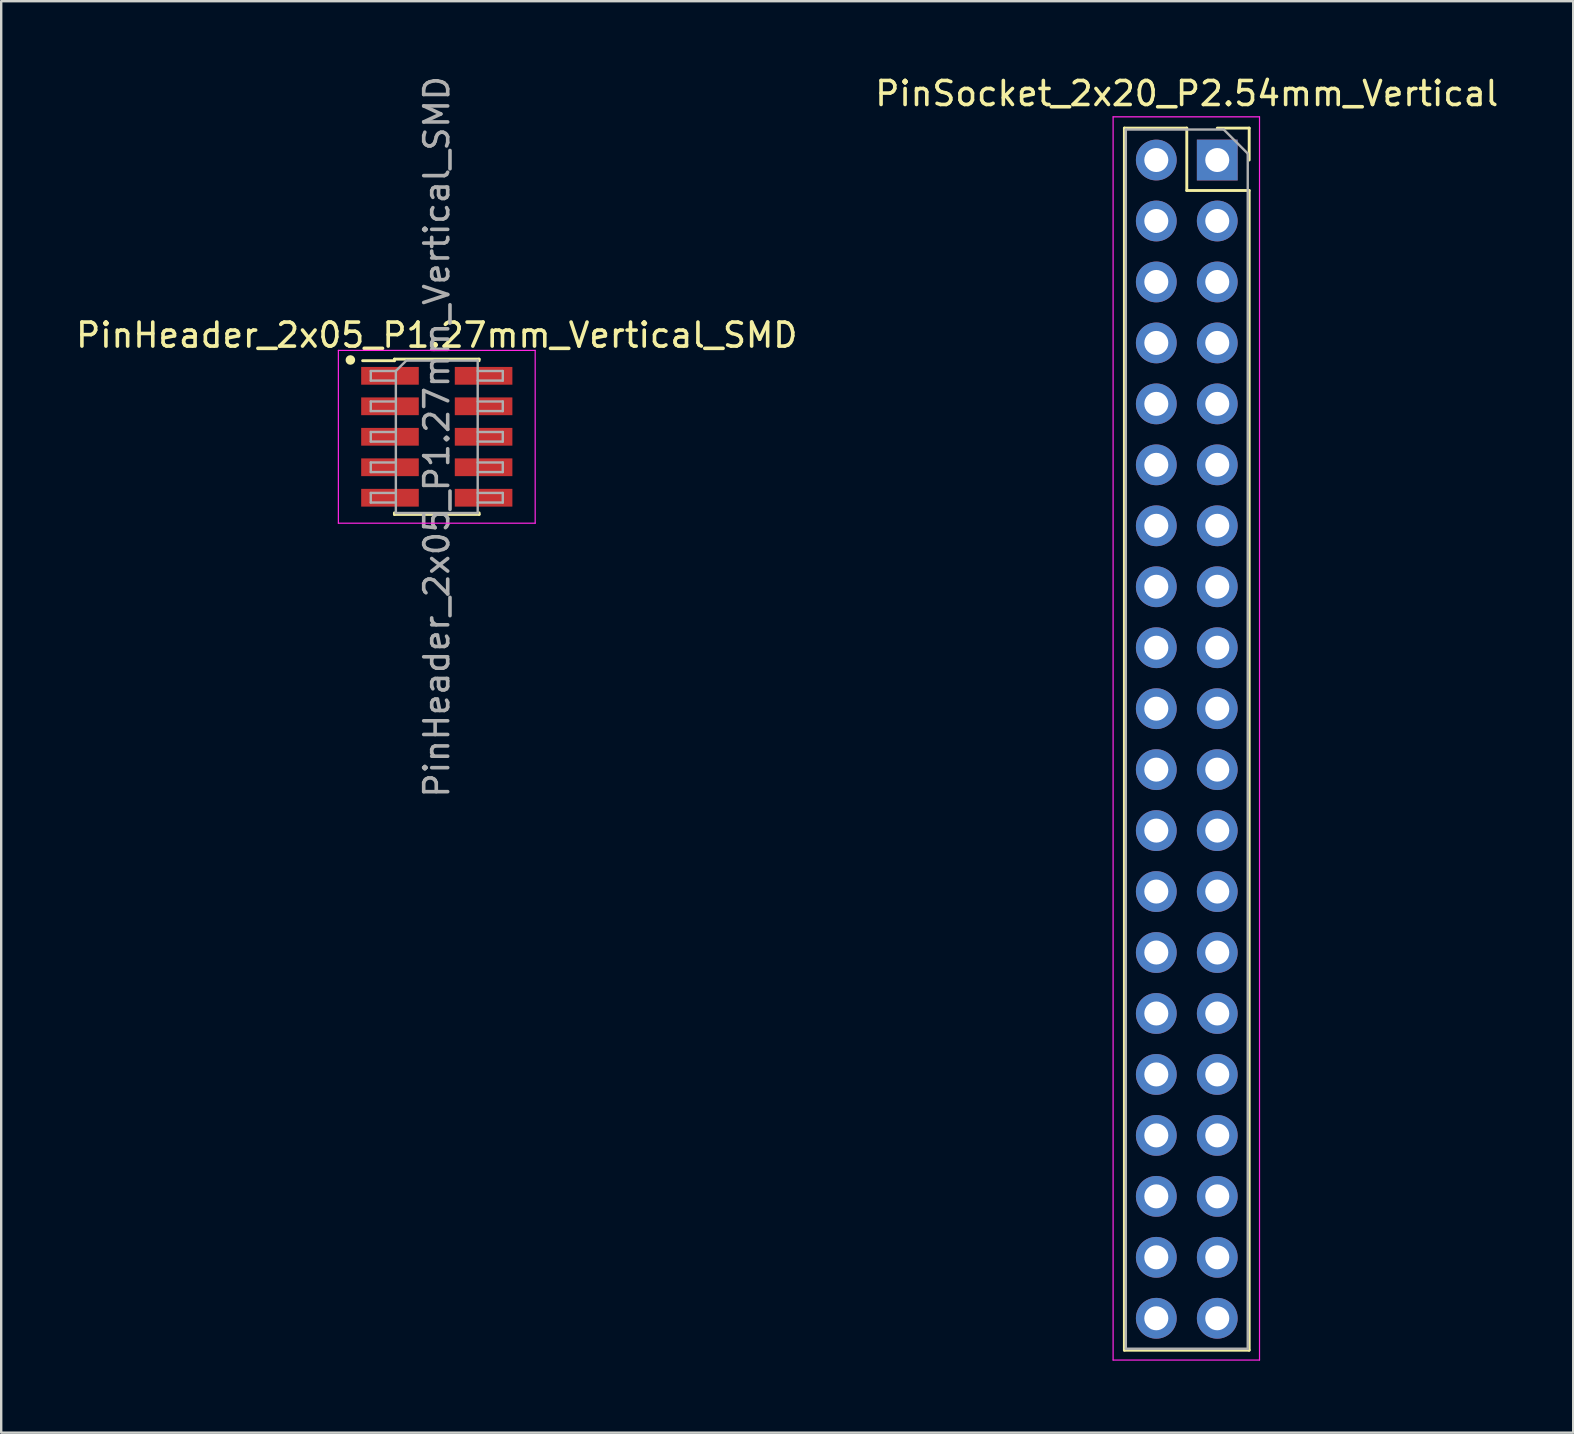
<source format=kicad_pcb>
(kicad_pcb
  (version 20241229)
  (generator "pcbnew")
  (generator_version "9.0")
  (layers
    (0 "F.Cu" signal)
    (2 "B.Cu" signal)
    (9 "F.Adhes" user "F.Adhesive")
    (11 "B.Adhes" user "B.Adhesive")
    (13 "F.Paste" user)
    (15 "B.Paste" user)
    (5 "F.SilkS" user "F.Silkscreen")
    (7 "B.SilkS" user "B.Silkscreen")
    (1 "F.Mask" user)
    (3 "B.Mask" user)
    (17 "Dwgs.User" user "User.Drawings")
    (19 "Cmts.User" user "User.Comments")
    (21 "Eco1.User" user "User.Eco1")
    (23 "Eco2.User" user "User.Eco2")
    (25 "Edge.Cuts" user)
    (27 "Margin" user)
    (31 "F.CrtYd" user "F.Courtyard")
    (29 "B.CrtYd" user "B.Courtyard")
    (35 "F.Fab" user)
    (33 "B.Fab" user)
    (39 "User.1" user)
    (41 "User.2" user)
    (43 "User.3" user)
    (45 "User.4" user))
  (footprint "PinSocket_2x20_P2.54mm_Vertical"
    (layer "F.Cu")
    (at 47.669 3.618)
    (property "Reference" "PinSocket_2x20_P2.54mm_Vertical" (at -1.27 -2.77 0) (layer "F.SilkS") (effects (font (size 1 1) (thickness 0.15))))
    (attr through_hole)
    (fp_line (start -3.87 -1.33) (end -3.87 49.59) (stroke (width 0.12) (type solid)) (layer "F.SilkS"))
    (fp_line (start -3.87 -1.33) (end -1.27 -1.33) (stroke (width 0.12) (type solid)) (layer "F.SilkS"))
    (fp_line (start -3.87 49.59) (end 1.33 49.59) (stroke (width 0.12) (type solid)) (layer "F.SilkS"))
    (fp_line (start -1.27 -1.33) (end -1.27 1.27) (stroke (width 0.12) (type solid)) (layer "F.SilkS"))
    (fp_line (start -1.27 1.27) (end 1.33 1.27) (stroke (width 0.12) (type solid)) (layer "F.SilkS"))
    (fp_line (start 0 -1.33) (end 1.33 -1.33) (stroke (width 0.12) (type solid)) (layer "F.SilkS"))
    (fp_line (start 1.33 -1.33) (end 1.33 0) (stroke (width 0.12) (type solid)) (layer "F.SilkS"))
    (fp_line (start 1.33 1.27) (end 1.33 49.59) (stroke (width 0.12) (type solid)) (layer "F.SilkS"))
    (fp_line (start -4.34 -1.8) (end 1.76 -1.8) (stroke (width 0.05) (type solid)) (layer "F.CrtYd"))
    (fp_line (start -4.34 50) (end -4.34 -1.8) (stroke (width 0.05) (type solid)) (layer "F.CrtYd"))
    (fp_line (start 1.76 -1.8) (end 1.76 50) (stroke (width 0.05) (type solid)) (layer "F.CrtYd"))
    (fp_line (start 1.76 50) (end -4.34 50) (stroke (width 0.05) (type solid)) (layer "F.CrtYd"))
    (fp_line (start -3.81 -1.27) (end 0.27 -1.27) (stroke (width 0.1) (type solid)) (layer "F.Fab"))
    (fp_line (start -3.81 49.53) (end -3.81 -1.27) (stroke (width 0.1) (type solid)) (layer "F.Fab"))
    (fp_line (start 0.27 -1.27) (end 1.27 -0.27) (stroke (width 0.1) (type solid)) (layer "F.Fab"))
    (fp_line (start 1.27 -0.27) (end 1.27 49.53) (stroke (width 0.1) (type solid)) (layer "F.Fab"))
    (fp_line (start 1.27 49.53) (end -3.81 49.53) (stroke (width 0.1) (type solid)) (layer "F.Fab"))
    (pad "1" thru_hole rect (at 0 0) (size 1.7 1.7) (drill 1) (layers "*.Cu" "*.Mask"))
    (pad "2" thru_hole oval (at -2.54 0) (size 1.7 1.7) (drill 1) (layers "*.Cu" "*.Mask"))
    (pad "3" thru_hole oval (at 0 2.54) (size 1.7 1.7) (drill 1) (layers "*.Cu" "*.Mask"))
    (pad "4" thru_hole oval (at -2.54 2.54) (size 1.7 1.7) (drill 1) (layers "*.Cu" "*.Mask"))
    (pad "5" thru_hole oval (at 0 5.08) (size 1.7 1.7) (drill 1) (layers "*.Cu" "*.Mask"))
    (pad "6" thru_hole oval (at -2.54 5.08) (size 1.7 1.7) (drill 1) (layers "*.Cu" "*.Mask"))
    (pad "7" thru_hole oval (at 0 7.62) (size 1.7 1.7) (drill 1) (layers "*.Cu" "*.Mask"))
    (pad "8" thru_hole oval (at -2.54 7.62) (size 1.7 1.7) (drill 1) (layers "*.Cu" "*.Mask"))
    (pad "9" thru_hole oval (at 0 10.16) (size 1.7 1.7) (drill 1) (layers "*.Cu" "*.Mask"))
    (pad "10" thru_hole oval (at -2.54 10.16) (size 1.7 1.7) (drill 1) (layers "*.Cu" "*.Mask"))
    (pad "11" thru_hole oval (at 0 12.7) (size 1.7 1.7) (drill 1) (layers "*.Cu" "*.Mask"))
    (pad "12" thru_hole oval (at -2.54 12.7) (size 1.7 1.7) (drill 1) (layers "*.Cu" "*.Mask"))
    (pad "13" thru_hole oval (at 0 15.24) (size 1.7 1.7) (drill 1) (layers "*.Cu" "*.Mask"))
    (pad "14" thru_hole oval (at -2.54 15.24) (size 1.7 1.7) (drill 1) (layers "*.Cu" "*.Mask"))
    (pad "15" thru_hole oval (at 0 17.78) (size 1.7 1.7) (drill 1) (layers "*.Cu" "*.Mask"))
    (pad "16" thru_hole oval (at -2.54 17.78) (size 1.7 1.7) (drill 1) (layers "*.Cu" "*.Mask"))
    (pad "17" thru_hole oval (at 0 20.32) (size 1.7 1.7) (drill 1) (layers "*.Cu" "*.Mask"))
    (pad "18" thru_hole oval (at -2.54 20.32) (size 1.7 1.7) (drill 1) (layers "*.Cu" "*.Mask"))
    (pad "19" thru_hole oval (at 0 22.86) (size 1.7 1.7) (drill 1) (layers "*.Cu" "*.Mask"))
    (pad "20" thru_hole oval (at -2.54 22.86) (size 1.7 1.7) (drill 1) (layers "*.Cu" "*.Mask"))
    (pad "21" thru_hole oval (at 0 25.4) (size 1.7 1.7) (drill 1) (layers "*.Cu" "*.Mask"))
    (pad "22" thru_hole oval (at -2.54 25.4) (size 1.7 1.7) (drill 1) (layers "*.Cu" "*.Mask"))
    (pad "23" thru_hole oval (at 0 27.94) (size 1.7 1.7) (drill 1) (layers "*.Cu" "*.Mask"))
    (pad "24" thru_hole oval (at -2.54 27.94) (size 1.7 1.7) (drill 1) (layers "*.Cu" "*.Mask"))
    (pad "25" thru_hole oval (at 0 30.48) (size 1.7 1.7) (drill 1) (layers "*.Cu" "*.Mask"))
    (pad "26" thru_hole oval (at -2.54 30.48) (size 1.7 1.7) (drill 1) (layers "*.Cu" "*.Mask"))
    (pad "27" thru_hole oval (at 0 33.02) (size 1.7 1.7) (drill 1) (layers "*.Cu" "*.Mask"))
    (pad "28" thru_hole oval (at -2.54 33.02) (size 1.7 1.7) (drill 1) (layers "*.Cu" "*.Mask"))
    (pad "29" thru_hole oval (at 0 35.56) (size 1.7 1.7) (drill 1) (layers "*.Cu" "*.Mask"))
    (pad "30" thru_hole oval (at -2.54 35.56) (size 1.7 1.7) (drill 1) (layers "*.Cu" "*.Mask"))
    (pad "31" thru_hole oval (at 0 38.1) (size 1.7 1.7) (drill 1) (layers "*.Cu" "*.Mask"))
    (pad "32" thru_hole oval (at -2.54 38.1) (size 1.7 1.7) (drill 1) (layers "*.Cu" "*.Mask"))
    (pad "33" thru_hole oval (at 0 40.64) (size 1.7 1.7) (drill 1) (layers "*.Cu" "*.Mask"))
    (pad "34" thru_hole oval (at -2.54 40.64) (size 1.7 1.7) (drill 1) (layers "*.Cu" "*.Mask"))
    (pad "35" thru_hole oval (at 0 43.18) (size 1.7 1.7) (drill 1) (layers "*.Cu" "*.Mask"))
    (pad "36" thru_hole oval (at -2.54 43.18) (size 1.7 1.7) (drill 1) (layers "*.Cu" "*.Mask"))
    (pad "37" thru_hole oval (at 0 45.72) (size 1.7 1.7) (drill 1) (layers "*.Cu" "*.Mask"))
    (pad "38" thru_hole oval (at -2.54 45.72) (size 1.7 1.7) (drill 1) (layers "*.Cu" "*.Mask"))
    (pad "39" thru_hole oval (at 0 48.26) (size 1.7 1.7) (drill 1) (layers "*.Cu" "*.Mask"))
    (pad "40" thru_hole oval (at -2.54 48.26) (size 1.7 1.7) (drill 1) (layers "*.Cu" "*.Mask")))
  (footprint "PinHeader_2x05_P1.27mm_Vertical_SMD"
    (layer "F.Cu")
    (at 15.149 15.149)
    (property "Reference" "PinHeader_2x05_P1.27mm_Vertical_SMD" (at 0 -4.235 0) (layer "F.SilkS") (effects (font (size 1 1) (thickness 0.15))))
    (attr smd)
    (fp_line (start -3.09 -3.17) (end -1.765 -3.17) (stroke (width 0.12) (type solid)) (layer "F.SilkS"))
    (fp_line (start -1.765 -3.235) (end -1.765 -3.17) (stroke (width 0.12) (type solid)) (layer "F.SilkS"))
    (fp_line (start -1.765 -3.235) (end 1.765 -3.235) (stroke (width 0.12) (type solid)) (layer "F.SilkS"))
    (fp_line (start -1.765 3.17) (end -1.765 3.235) (stroke (width 0.12) (type solid)) (layer "F.SilkS"))
    (fp_line (start -1.765 3.235) (end 1.765 3.235) (stroke (width 0.12) (type solid)) (layer "F.SilkS"))
    (fp_line (start 1.765 -3.235) (end 1.765 -3.17) (stroke (width 0.12) (type solid)) (layer "F.SilkS"))
    (fp_line (start 1.765 3.17) (end 1.765 3.235) (stroke (width 0.12) (type solid)) (layer "F.SilkS"))
    (fp_circle (center -3.6 -3.2) (end -3.5 -3.2) (stroke (width 0.2) (type solid)) (fill no) (layer "F.SilkS"))
    (fp_line (start -4.1 -3.6) (end -4.1 3.6) (stroke (width 0.05) (type solid)) (layer "F.CrtYd"))
    (fp_line (start -4.1 3.6) (end 4.1 3.6) (stroke (width 0.05) (type solid)) (layer "F.CrtYd"))
    (fp_line (start 4.1 -3.6) (end -4.1 -3.6) (stroke (width 0.05) (type solid)) (layer "F.CrtYd"))
    (fp_line (start 4.1 3.6) (end 4.1 -3.6) (stroke (width 0.05) (type solid)) (layer "F.CrtYd"))
    (fp_line (start -2.75 -2.74) (end -2.75 -2.34) (stroke (width 0.1) (type solid)) (layer "F.Fab"))
    (fp_line (start -2.75 -2.34) (end -1.705 -2.34) (stroke (width 0.1) (type solid)) (layer "F.Fab"))
    (fp_line (start -2.75 -1.47) (end -2.75 -1.07) (stroke (width 0.1) (type solid)) (layer "F.Fab"))
    (fp_line (start -2.75 -1.07) (end -1.705 -1.07) (stroke (width 0.1) (type solid)) (layer "F.Fab"))
    (fp_line (start -2.75 -0.2) (end -2.75 0.2) (stroke (width 0.1) (type solid)) (layer "F.Fab"))
    (fp_line (start -2.75 0.2) (end -1.705 0.2) (stroke (width 0.1) (type solid)) (layer "F.Fab"))
    (fp_line (start -2.75 1.07) (end -2.75 1.47) (stroke (width 0.1) (type solid)) (layer "F.Fab"))
    (fp_line (start -2.75 1.47) (end -1.705 1.47) (stroke (width 0.1) (type solid)) (layer "F.Fab"))
    (fp_line (start -2.75 2.34) (end -2.75 2.74) (stroke (width 0.1) (type solid)) (layer "F.Fab"))
    (fp_line (start -2.75 2.74) (end -1.705 2.74) (stroke (width 0.1) (type solid)) (layer "F.Fab"))
    (fp_line (start -1.705 -2.74) (end -2.75 -2.74) (stroke (width 0.1) (type solid)) (layer "F.Fab"))
    (fp_line (start -1.705 -2.74) (end -1.27 -3.175) (stroke (width 0.1) (type solid)) (layer "F.Fab"))
    (fp_line (start -1.705 -1.47) (end -2.75 -1.47) (stroke (width 0.1) (type solid)) (layer "F.Fab"))
    (fp_line (start -1.705 -0.2) (end -2.75 -0.2) (stroke (width 0.1) (type solid)) (layer "F.Fab"))
    (fp_line (start -1.705 1.07) (end -2.75 1.07) (stroke (width 0.1) (type solid)) (layer "F.Fab"))
    (fp_line (start -1.705 2.34) (end -2.75 2.34) (stroke (width 0.1) (type solid)) (layer "F.Fab"))
    (fp_line (start -1.705 3.175) (end -1.705 -2.74) (stroke (width 0.1) (type solid)) (layer "F.Fab"))
    (fp_line (start -1.27 -3.175) (end 1.705 -3.175) (stroke (width 0.1) (type solid)) (layer "F.Fab"))
    (fp_line (start 1.705 -3.175) (end 1.705 3.175) (stroke (width 0.1) (type solid)) (layer "F.Fab"))
    (fp_line (start 1.705 -2.74) (end 2.75 -2.74) (stroke (width 0.1) (type solid)) (layer "F.Fab"))
    (fp_line (start 1.705 -1.47) (end 2.75 -1.47) (stroke (width 0.1) (type solid)) (layer "F.Fab"))
    (fp_line (start 1.705 -0.2) (end 2.75 -0.2) (stroke (width 0.1) (type solid)) (layer "F.Fab"))
    (fp_line (start 1.705 1.07) (end 2.75 1.07) (stroke (width 0.1) (type solid)) (layer "F.Fab"))
    (fp_line (start 1.705 2.34) (end 2.75 2.34) (stroke (width 0.1) (type solid)) (layer "F.Fab"))
    (fp_line (start 1.705 3.175) (end -1.705 3.175) (stroke (width 0.1) (type solid)) (layer "F.Fab"))
    (fp_line (start 2.75 -2.74) (end 2.75 -2.34) (stroke (width 0.1) (type solid)) (layer "F.Fab"))
    (fp_line (start 2.75 -2.34) (end 1.705 -2.34) (stroke (width 0.1) (type solid)) (layer "F.Fab"))
    (fp_line (start 2.75 -1.47) (end 2.75 -1.07) (stroke (width 0.1) (type solid)) (layer "F.Fab"))
    (fp_line (start 2.75 -1.07) (end 1.705 -1.07) (stroke (width 0.1) (type solid)) (layer "F.Fab"))
    (fp_line (start 2.75 -0.2) (end 2.75 0.2) (stroke (width 0.1) (type solid)) (layer "F.Fab"))
    (fp_line (start 2.75 0.2) (end 1.705 0.2) (stroke (width 0.1) (type solid)) (layer "F.Fab"))
    (fp_line (start 2.75 1.07) (end 2.75 1.47) (stroke (width 0.1) (type solid)) (layer "F.Fab"))
    (fp_line (start 2.75 1.47) (end 1.705 1.47) (stroke (width 0.1) (type solid)) (layer "F.Fab"))
    (fp_line (start 2.75 2.34) (end 2.75 2.74) (stroke (width 0.1) (type solid)) (layer "F.Fab"))
    (fp_line (start 2.75 2.74) (end 1.705 2.74) (stroke (width 0.1) (type solid)) (layer "F.Fab"))
    (fp_text user "${REFERENCE}" (at 0 0 90) (layer "F.Fab") (effects (font (size 1 1) (thickness 0.15))))
    (pad "1" smd rect (at -1.95 -2.54) (size 2.4 0.74) (layers "F.Cu" "F.Mask" "F.Paste"))
    (pad "2" smd rect (at 1.95 -2.54) (size 2.4 0.74) (layers "F.Cu" "F.Mask" "F.Paste"))
    (pad "3" smd rect (at -1.95 -1.27) (size 2.4 0.74) (layers "F.Cu" "F.Mask" "F.Paste"))
    (pad "4" smd rect (at 1.95 -1.27) (size 2.4 0.74) (layers "F.Cu" "F.Mask" "F.Paste"))
    (pad "5" smd rect (at -1.95 0) (size 2.4 0.74) (layers "F.Cu" "F.Mask" "F.Paste"))
    (pad "6" smd rect (at 1.95 0) (size 2.4 0.74) (layers "F.Cu" "F.Mask" "F.Paste"))
    (pad "7" smd rect (at -1.95 1.27) (size 2.4 0.74) (layers "F.Cu" "F.Mask" "F.Paste"))
    (pad "8" smd rect (at 1.95 1.27) (size 2.4 0.74) (layers "F.Cu" "F.Mask" "F.Paste"))
    (pad "9" smd rect (at -1.95 2.54) (size 2.4 0.74) (layers "F.Cu" "F.Mask" "F.Paste"))
    (pad "10" smd rect (at 1.95 2.54) (size 2.4 0.74) (layers "F.Cu" "F.Mask" "F.Paste")))
  (gr_rect
    (start -3 -3)
    (end 62.5 56.643)
    (stroke (width 0.1) (type default))
    (fill no)
    (layer "Edge.Cuts")))
</source>
